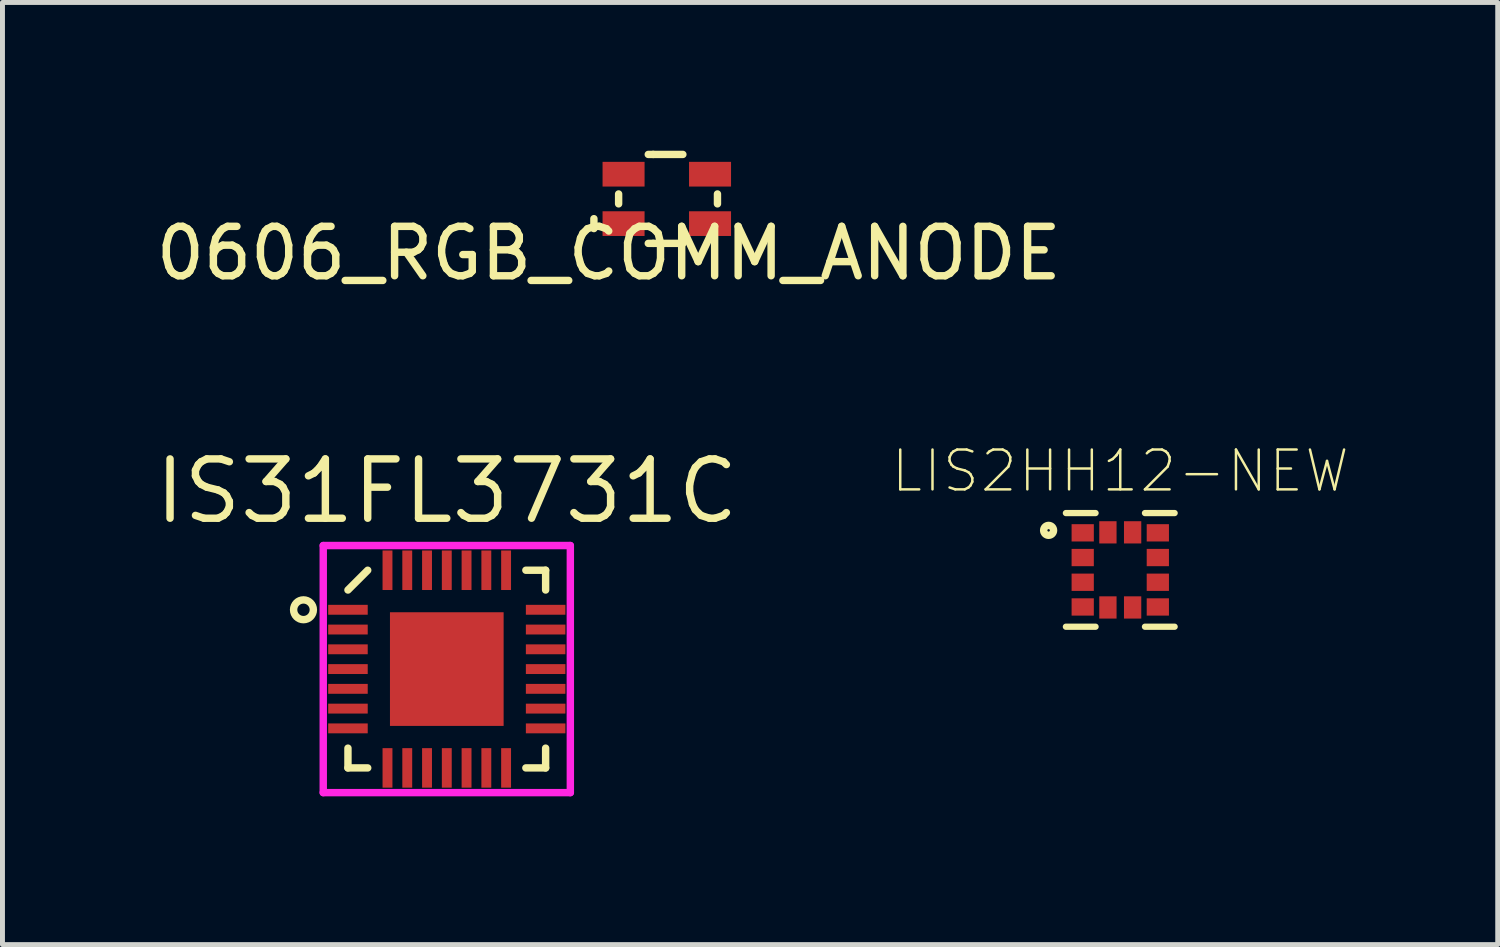
<source format=kicad_pcb>
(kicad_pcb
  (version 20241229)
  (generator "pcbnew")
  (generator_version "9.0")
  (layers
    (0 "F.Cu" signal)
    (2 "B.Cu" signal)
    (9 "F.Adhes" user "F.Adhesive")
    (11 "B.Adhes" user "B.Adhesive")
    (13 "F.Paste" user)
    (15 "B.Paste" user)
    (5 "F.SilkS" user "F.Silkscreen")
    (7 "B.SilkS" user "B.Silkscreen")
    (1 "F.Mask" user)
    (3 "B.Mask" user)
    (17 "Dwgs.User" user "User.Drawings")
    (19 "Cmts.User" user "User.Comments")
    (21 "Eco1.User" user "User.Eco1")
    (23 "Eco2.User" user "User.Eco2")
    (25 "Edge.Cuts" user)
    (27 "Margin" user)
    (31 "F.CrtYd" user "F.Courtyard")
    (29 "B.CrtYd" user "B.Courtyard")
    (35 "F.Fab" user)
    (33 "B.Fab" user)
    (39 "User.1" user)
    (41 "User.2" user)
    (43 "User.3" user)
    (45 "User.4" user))
  (footprint "LIS2HH12-NEW"
    (layer "F.Cu")
    (at 19.619 8.482)
    (property "Reference" "LIS2HH12-NEW" (at 0 -2 0) (layer "F.SilkS") (effects (font (size 0.806 0.806) (thickness 0.05))))
    (attr smd)
    (fp_line (start -1.1 -1.15) (end -0.5 -1.15) (stroke (width 0.127) (type solid)) (layer "F.SilkS"))
    (fp_line (start -1.1 1.15) (end -0.5 1.15) (stroke (width 0.127) (type solid)) (layer "F.SilkS"))
    (fp_line (start 1.1 -1.15) (end 0.5 -1.15) (stroke (width 0.127) (type solid)) (layer "F.SilkS"))
    (fp_line (start 1.1 1.15) (end 0.5 1.15) (stroke (width 0.127) (type solid)) (layer "F.SilkS"))
    (fp_circle (center -1.45 -0.8) (end -1.35 -0.8) (stroke (width 0.15) (type solid)) (fill no) (layer "F.SilkS"))
    (fp_line (start -1.24 -1.24) (end 1.24 -1.24) (stroke (width 0.05) (type solid)) (layer "Eco1.User"))
    (fp_line (start -1.24 1.24) (end -1.24 -1.24) (stroke (width 0.05) (type solid)) (layer "Eco1.User"))
    (fp_line (start 1.24 -1.24) (end 1.24 1.24) (stroke (width 0.05) (type solid)) (layer "Eco1.User"))
    (fp_line (start 1.24 1.24) (end -1.24 1.24) (stroke (width 0.05) (type solid)) (layer "Eco1.User"))
    (fp_line (start -1.08 -1.08) (end 1.08 -1.08) (stroke (width 0.127) (type solid)) (layer "Eco2.User"))
    (fp_line (start -1.08 1.08) (end -1.08 -1.08) (stroke (width 0.127) (type solid)) (layer "Eco2.User"))
    (fp_line (start 1.08 -1.08) (end 1.08 1.08) (stroke (width 0.127) (type solid)) (layer "Eco2.User"))
    (fp_line (start 1.08 1.08) (end -1.08 1.08) (stroke (width 0.127) (type solid)) (layer "Eco2.User"))
    (pad "1" smd rect (at -0.76 -0.75) (size 0.45 0.35) (layers "F.Cu" "F.Mask" "F.Paste"))
    (pad "2" smd rect (at -0.76 -0.25) (size 0.45 0.35) (layers "F.Cu" "F.Mask" "F.Paste"))
    (pad "3" smd rect (at -0.76 0.25) (size 0.45 0.35) (layers "F.Cu" "F.Mask" "F.Paste"))
    (pad "4" smd rect (at -0.76 0.75) (size 0.45 0.35) (layers "F.Cu" "F.Mask" "F.Paste"))
    (pad "5" smd rect (at -0.25 0.76 90) (size 0.45 0.35) (layers "F.Cu" "F.Mask" "F.Paste"))
    (pad "6" smd rect (at 0.25 0.76 90) (size 0.45 0.35) (layers "F.Cu" "F.Mask" "F.Paste"))
    (pad "7" smd rect (at 0.76 0.75) (size 0.45 0.35) (layers "F.Cu" "F.Mask" "F.Paste"))
    (pad "8" smd rect (at 0.76 0.25) (size 0.45 0.35) (layers "F.Cu" "F.Mask" "F.Paste"))
    (pad "9" smd rect (at 0.76 -0.25) (size 0.45 0.35) (layers "F.Cu" "F.Mask" "F.Paste"))
    (pad "10" smd rect (at 0.76 -0.75) (size 0.45 0.35) (layers "F.Cu" "F.Mask" "F.Paste"))
    (pad "11" smd rect (at 0.25 -0.76 90) (size 0.45 0.35) (layers "F.Cu" "F.Mask" "F.Paste"))
    (pad "12" smd rect (at -0.25 -0.76 90) (size 0.45 0.35) (layers "F.Cu" "F.Mask" "F.Paste")))
  (footprint "0606_RGB_COMM_ANODE"
    (layer "F.Cu")
    (at 10.468 0.975)
    (property "Reference" "0606_RGB_COMM_ANODE" (at -1.2 1.1 0) (layer "F.SilkS") (effects (font (size 1 1) (thickness 0.15))))
    (attr through_hole)
    (fp_line (start -1.5 0.4) (end -1.5 0.6) (stroke (width 0.15) (type solid)) (layer "F.SilkS"))
    (fp_line (start -1 -0.1) (end -1 0.1) (stroke (width 0.15) (type solid)) (layer "F.SilkS"))
    (fp_line (start -0.4 -0.9) (end -0.3 -0.9) (stroke (width 0.15) (type solid)) (layer "F.SilkS"))
    (fp_line (start -0.3 -0.9) (end 0.3 -0.9) (stroke (width 0.15) (type solid)) (layer "F.SilkS"))
    (fp_line (start -0.3 0.9) (end -0.4 0.9) (stroke (width 0.15) (type solid)) (layer "F.SilkS"))
    (fp_line (start -0.3 0.9) (end 0.3 0.9) (stroke (width 0.15) (type solid)) (layer "F.SilkS"))
    (fp_line (start 1 -0.1) (end 1 0.1) (stroke (width 0.15) (type solid)) (layer "F.SilkS"))
    (pad "1" smd rect (at -0.9 -0.5) (size 0.85 0.5) (layers "F.Cu" "F.Mask" "F.Paste"))
    (pad "2" smd rect (at 0.85 -0.5) (size 0.85 0.5) (layers "F.Cu" "F.Mask" "F.Paste"))
    (pad "3" smd rect (at -0.9 0.5) (size 0.85 0.5) (layers "F.Cu" "F.Mask" "F.Paste"))
    (pad "4" smd rect (at 0.85 0.5) (size 0.85 0.5) (layers "F.Cu" "F.Mask" "F.Paste")))
  (footprint "IS31FL3731C"
    (layer "F.Cu")
    (at 5.991 10.489)
    (property "Reference" "IS31FL3731C" (at 0 -3.6 0) (layer "F.SilkS") (effects (font (size 1.2 1.2) (thickness 0.15))))
    (attr through_hole)
    (fp_line (start -2 -1.6) (end -1.6 -2) (stroke (width 0.15) (type solid)) (layer "F.SilkS"))
    (fp_line (start -2 2) (end -2 1.6) (stroke (width 0.15) (type solid)) (layer "F.SilkS"))
    (fp_line (start -1.6 2) (end -2 2) (stroke (width 0.15) (type solid)) (layer "F.SilkS"))
    (fp_line (start 1.6 -2) (end 2 -2) (stroke (width 0.15) (type solid)) (layer "F.SilkS"))
    (fp_line (start 1.6 2) (end 2 2) (stroke (width 0.15) (type solid)) (layer "F.SilkS"))
    (fp_line (start 2 -2) (end 2 -1.6) (stroke (width 0.15) (type solid)) (layer "F.SilkS"))
    (fp_line (start 2 2) (end 2 1.6) (stroke (width 0.15) (type solid)) (layer "F.SilkS"))
    (fp_circle (center -2.9 -1.2) (end -3.1 -1.2) (stroke (width 0.15) (type solid)) (fill no) (layer "F.SilkS"))
    (fp_line (start -2.5 -2.5) (end -2.5 2.5) (stroke (width 0.15) (type solid)) (layer "F.CrtYd"))
    (fp_line (start -2.5 2.5) (end 2.5 2.5) (stroke (width 0.15) (type solid)) (layer "F.CrtYd"))
    (fp_line (start 2.5 -2.5) (end -2.5 -2.5) (stroke (width 0.15) (type solid)) (layer "F.CrtYd"))
    (fp_line (start 2.5 2.5) (end 2.5 -2.5) (stroke (width 0.15) (type solid)) (layer "F.CrtYd"))
    (pad "1" smd rect (at -2 -1.2 90) (size 0.2 0.8) (layers "F.Cu" "F.Mask" "F.Paste"))
    (pad "1" smd rect (at 0 0) (size 2.3 2.3) (layers "F.Cu" "F.Mask" "F.Paste"))
    (pad "2" smd rect (at -2 -0.8 90) (size 0.2 0.8) (layers "F.Cu" "F.Mask" "F.Paste"))
    (pad "3" smd rect (at -2 -0.4 90) (size 0.2 0.8) (layers "F.Cu" "F.Mask" "F.Paste"))
    (pad "4" smd rect (at -2 0 90) (size 0.2 0.8) (layers "F.Cu" "F.Mask" "F.Paste"))
    (pad "5" smd rect (at -2 0.4 90) (size 0.2 0.8) (layers "F.Cu" "F.Mask" "F.Paste"))
    (pad "6" smd rect (at -2 0.8 90) (size 0.2 0.8) (layers "F.Cu" "F.Mask" "F.Paste"))
    (pad "7" smd rect (at -2 1.2 90) (size 0.2 0.8) (layers "F.Cu" "F.Mask" "F.Paste"))
    (pad "8" smd rect (at -1.2 2) (size 0.2 0.8) (layers "F.Cu" "F.Mask" "F.Paste"))
    (pad "9" smd rect (at -0.8 2) (size 0.2 0.8) (layers "F.Cu" "F.Mask" "F.Paste"))
    (pad "10" smd rect (at -0.4 2) (size 0.2 0.8) (layers "F.Cu" "F.Mask" "F.Paste"))
    (pad "11" smd rect (at 0 2) (size 0.2 0.8) (layers "F.Cu" "F.Mask" "F.Paste"))
    (pad "12" smd rect (at 0.4 2) (size 0.2 0.8) (layers "F.Cu" "F.Mask" "F.Paste"))
    (pad "13" smd rect (at 0.8 2) (size 0.2 0.8) (layers "F.Cu" "F.Mask" "F.Paste"))
    (pad "14" smd rect (at 1.2 2) (size 0.2 0.8) (layers "F.Cu" "F.Mask" "F.Paste"))
    (pad "15" smd rect (at 2 1.2 90) (size 0.2 0.8) (layers "F.Cu" "F.Mask" "F.Paste"))
    (pad "16" smd rect (at 2 0.8 90) (size 0.2 0.8) (layers "F.Cu" "F.Mask" "F.Paste"))
    (pad "17" smd rect (at 2 0.4 90) (size 0.2 0.8) (layers "F.Cu" "F.Mask" "F.Paste"))
    (pad "18" smd rect (at 2 0 90) (size 0.2 0.8) (layers "F.Cu" "F.Mask" "F.Paste"))
    (pad "19" smd rect (at 2 -0.4 90) (size 0.2 0.8) (layers "F.Cu" "F.Mask" "F.Paste"))
    (pad "20" smd rect (at 2 -0.8 90) (size 0.2 0.8) (layers "F.Cu" "F.Mask" "F.Paste"))
    (pad "21" smd rect (at 2 -1.2 90) (size 0.2 0.8) (layers "F.Cu" "F.Mask" "F.Paste"))
    (pad "22" smd rect (at 1.2 -2) (size 0.2 0.8) (layers "F.Cu" "F.Mask" "F.Paste"))
    (pad "23" smd rect (at 0.8 -2) (size 0.2 0.8) (layers "F.Cu" "F.Mask" "F.Paste"))
    (pad "24" smd rect (at 0.4 -2) (size 0.2 0.8) (layers "F.Cu" "F.Mask" "F.Paste"))
    (pad "25" smd rect (at 0 -2) (size 0.2 0.8) (layers "F.Cu" "F.Mask" "F.Paste"))
    (pad "26" smd rect (at -0.4 -2) (size 0.2 0.8) (layers "F.Cu" "F.Mask" "F.Paste"))
    (pad "27" smd rect (at -0.8 -2) (size 0.2 0.8) (layers "F.Cu" "F.Mask" "F.Paste"))
    (pad "28" smd rect (at -1.2 -2) (size 0.2 0.8) (layers "F.Cu" "F.Mask" "F.Paste")))
  (gr_rect
    (start -3 -3)
    (end 27.257 16.064)
    (stroke (width 0.1) (type default))
    (fill no)
    (layer "Edge.Cuts")))
</source>
